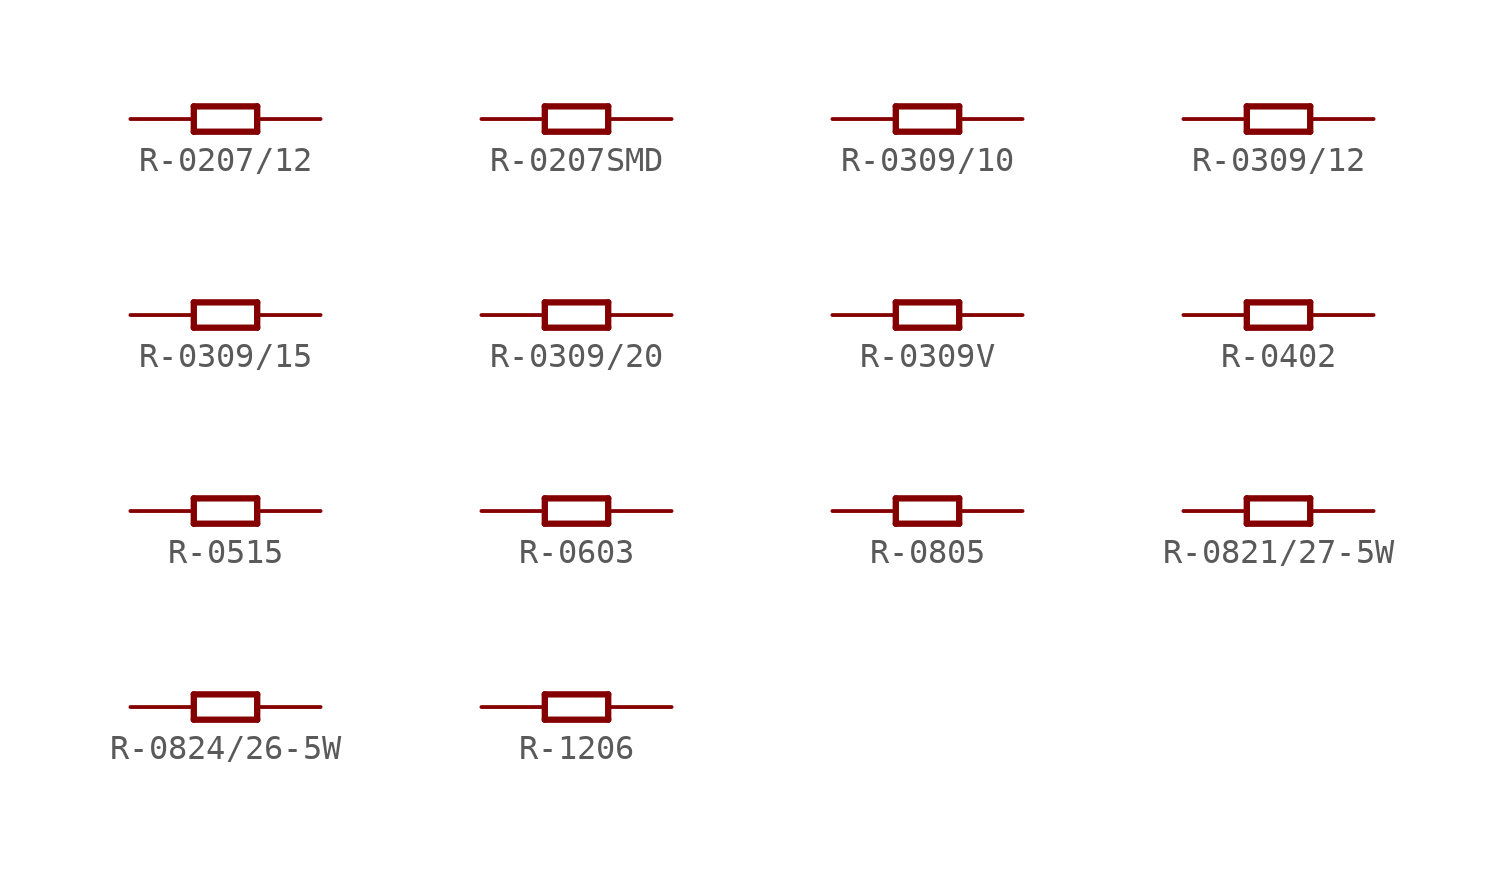
<source format=kicad_sym>
(kicad_symbol_lib
  (version 20231120)
  (generator "kicad_symbol_editor")
  (generator_version "8.0")
  (symbol "R-0207/12"
    (property "Reference" "R"
      (at -3.81 0 0)
      (effects (font (size 1.27 1.079)) (justify left bottom) (hide yes)))
    (property "ki_locked" ""
      (at 0 0 0)
      (effects (font (size 1.27 1.27))))
    (symbol "R-0207/12_1_0"
      (polyline (pts (xy -1.27 -0.508) (xy -1.27 0.508)) (stroke (width 0.254) (type solid)) (fill (type none)))
      (polyline (pts (xy -1.27 0.508) (xy 1.27 0.508)) (stroke (width 0.254) (type solid)) (fill (type none)))
      (polyline (pts (xy 1.27 -0.508) (xy -1.27 -0.508)) (stroke (width 0.254) (type solid)) (fill (type none)))
      (polyline (pts (xy 1.27 0.508) (xy 1.27 -0.508)) (stroke (width 0.254) (type solid)) (fill (type none)))
      (pin passive line (at -3.81 0 0) (length 2.54) (name "1" (effects (font (size 0 0)))) (number "1" (effects (font (size 0 0)))))
      (pin passive line (at 3.81 0 180) (length 2.54) (name "2" (effects (font (size 0 0)))) (number "2" (effects (font (size 0 0)))))))
  (symbol "R-0207SMD"
    (property "Reference" "R"
      (at -3.81 0 0)
      (effects (font (size 1.27 1.079)) (justify left bottom) (hide yes)))
    (property "ki_locked" ""
      (at 0 0 0)
      (effects (font (size 1.27 1.27))))
    (symbol "R-0207SMD_1_0"
      (polyline (pts (xy -1.27 -0.508) (xy -1.27 0.508)) (stroke (width 0.254) (type solid)) (fill (type none)))
      (polyline (pts (xy -1.27 0.508) (xy 1.27 0.508)) (stroke (width 0.254) (type solid)) (fill (type none)))
      (polyline (pts (xy 1.27 -0.508) (xy -1.27 -0.508)) (stroke (width 0.254) (type solid)) (fill (type none)))
      (polyline (pts (xy 1.27 0.508) (xy 1.27 -0.508)) (stroke (width 0.254) (type solid)) (fill (type none)))
      (pin passive line (at -3.81 0 0) (length 2.54) (name "1" (effects (font (size 0 0)))) (number "1" (effects (font (size 0 0)))))
      (pin passive line (at 3.81 0 180) (length 2.54) (name "2" (effects (font (size 0 0)))) (number "2" (effects (font (size 0 0)))))))
  (symbol "R-0309/10"
    (property "Reference" "R"
      (at -3.81 0 0)
      (effects (font (size 1.27 1.079)) (justify left bottom) (hide yes)))
    (property "ki_locked" ""
      (at 0 0 0)
      (effects (font (size 1.27 1.27))))
    (symbol "R-0309/10_1_0"
      (polyline (pts (xy -1.27 -0.508) (xy -1.27 0.508)) (stroke (width 0.254) (type solid)) (fill (type none)))
      (polyline (pts (xy -1.27 0.508) (xy 1.27 0.508)) (stroke (width 0.254) (type solid)) (fill (type none)))
      (polyline (pts (xy 1.27 -0.508) (xy -1.27 -0.508)) (stroke (width 0.254) (type solid)) (fill (type none)))
      (polyline (pts (xy 1.27 0.508) (xy 1.27 -0.508)) (stroke (width 0.254) (type solid)) (fill (type none)))
      (pin passive line (at -3.81 0 0) (length 2.54) (name "1" (effects (font (size 0 0)))) (number "1" (effects (font (size 0 0)))))
      (pin passive line (at 3.81 0 180) (length 2.54) (name "2" (effects (font (size 0 0)))) (number "2" (effects (font (size 0 0)))))))
  (symbol "R-0309/12"
    (property "Reference" "R"
      (at -3.81 0 0)
      (effects (font (size 1.27 1.079)) (justify left bottom) (hide yes)))
    (property "ki_locked" ""
      (at 0 0 0)
      (effects (font (size 1.27 1.27))))
    (symbol "R-0309/12_1_0"
      (polyline (pts (xy -1.27 -0.508) (xy -1.27 0.508)) (stroke (width 0.254) (type solid)) (fill (type none)))
      (polyline (pts (xy -1.27 0.508) (xy 1.27 0.508)) (stroke (width 0.254) (type solid)) (fill (type none)))
      (polyline (pts (xy 1.27 -0.508) (xy -1.27 -0.508)) (stroke (width 0.254) (type solid)) (fill (type none)))
      (polyline (pts (xy 1.27 0.508) (xy 1.27 -0.508)) (stroke (width 0.254) (type solid)) (fill (type none)))
      (pin passive line (at -3.81 0 0) (length 2.54) (name "1" (effects (font (size 0 0)))) (number "1" (effects (font (size 0 0)))))
      (pin passive line (at 3.81 0 180) (length 2.54) (name "2" (effects (font (size 0 0)))) (number "2" (effects (font (size 0 0)))))))
  (symbol "R-0309/15"
    (property "Reference" "R"
      (at -3.81 0 0)
      (effects (font (size 1.27 1.079)) (justify left bottom) (hide yes)))
    (property "ki_locked" ""
      (at 0 0 0)
      (effects (font (size 1.27 1.27))))
    (symbol "R-0309/15_1_0"
      (polyline (pts (xy -1.27 -0.508) (xy -1.27 0.508)) (stroke (width 0.254) (type solid)) (fill (type none)))
      (polyline (pts (xy -1.27 0.508) (xy 1.27 0.508)) (stroke (width 0.254) (type solid)) (fill (type none)))
      (polyline (pts (xy 1.27 -0.508) (xy -1.27 -0.508)) (stroke (width 0.254) (type solid)) (fill (type none)))
      (polyline (pts (xy 1.27 0.508) (xy 1.27 -0.508)) (stroke (width 0.254) (type solid)) (fill (type none)))
      (pin passive line (at -3.81 0 0) (length 2.54) (name "1" (effects (font (size 0 0)))) (number "1" (effects (font (size 0 0)))))
      (pin passive line (at 3.81 0 180) (length 2.54) (name "2" (effects (font (size 0 0)))) (number "2" (effects (font (size 0 0)))))))
  (symbol "R-0309/20"
    (property "Reference" "R"
      (at -3.81 0 0)
      (effects (font (size 1.27 1.079)) (justify left bottom) (hide yes)))
    (property "ki_locked" ""
      (at 0 0 0)
      (effects (font (size 1.27 1.27))))
    (symbol "R-0309/20_1_0"
      (polyline (pts (xy -1.27 -0.508) (xy -1.27 0.508)) (stroke (width 0.254) (type solid)) (fill (type none)))
      (polyline (pts (xy -1.27 0.508) (xy 1.27 0.508)) (stroke (width 0.254) (type solid)) (fill (type none)))
      (polyline (pts (xy 1.27 -0.508) (xy -1.27 -0.508)) (stroke (width 0.254) (type solid)) (fill (type none)))
      (polyline (pts (xy 1.27 0.508) (xy 1.27 -0.508)) (stroke (width 0.254) (type solid)) (fill (type none)))
      (pin passive line (at -3.81 0 0) (length 2.54) (name "1" (effects (font (size 0 0)))) (number "1" (effects (font (size 0 0)))))
      (pin passive line (at 3.81 0 180) (length 2.54) (name "2" (effects (font (size 0 0)))) (number "2" (effects (font (size 0 0)))))))
  (symbol "R-0309V"
    (property "Reference" "R"
      (at -3.81 0 0)
      (effects (font (size 1.27 1.079)) (justify left bottom) (hide yes)))
    (property "ki_locked" ""
      (at 0 0 0)
      (effects (font (size 1.27 1.27))))
    (symbol "R-0309V_1_0"
      (polyline (pts (xy -1.27 -0.508) (xy -1.27 0.508)) (stroke (width 0.254) (type solid)) (fill (type none)))
      (polyline (pts (xy -1.27 0.508) (xy 1.27 0.508)) (stroke (width 0.254) (type solid)) (fill (type none)))
      (polyline (pts (xy 1.27 -0.508) (xy -1.27 -0.508)) (stroke (width 0.254) (type solid)) (fill (type none)))
      (polyline (pts (xy 1.27 0.508) (xy 1.27 -0.508)) (stroke (width 0.254) (type solid)) (fill (type none)))
      (pin passive line (at -3.81 0 0) (length 2.54) (name "1" (effects (font (size 0 0)))) (number "1" (effects (font (size 0 0)))))
      (pin passive line (at 3.81 0 180) (length 2.54) (name "2" (effects (font (size 0 0)))) (number "2" (effects (font (size 0 0)))))))
  (symbol "R-0402"
    (property "Reference" "R"
      (at -3.81 0 0)
      (effects (font (size 1.27 1.079)) (justify left bottom) (hide yes)))
    (property "ki_locked" ""
      (at 0 0 0)
      (effects (font (size 1.27 1.27))))
    (symbol "R-0402_1_0"
      (polyline (pts (xy -1.27 -0.508) (xy -1.27 0.508)) (stroke (width 0.254) (type solid)) (fill (type none)))
      (polyline (pts (xy -1.27 0.508) (xy 1.27 0.508)) (stroke (width 0.254) (type solid)) (fill (type none)))
      (polyline (pts (xy 1.27 -0.508) (xy -1.27 -0.508)) (stroke (width 0.254) (type solid)) (fill (type none)))
      (polyline (pts (xy 1.27 0.508) (xy 1.27 -0.508)) (stroke (width 0.254) (type solid)) (fill (type none)))
      (pin passive line (at -3.81 0 0) (length 2.54) (name "1" (effects (font (size 0 0)))) (number "1" (effects (font (size 0 0)))))
      (pin passive line (at 3.81 0 180) (length 2.54) (name "2" (effects (font (size 0 0)))) (number "2" (effects (font (size 0 0)))))))
  (symbol "R-0515"
    (property "Reference" "R"
      (at -3.81 0 0)
      (effects (font (size 1.27 1.079)) (justify left bottom) (hide yes)))
    (property "ki_locked" ""
      (at 0 0 0)
      (effects (font (size 1.27 1.27))))
    (symbol "R-0515_1_0"
      (polyline (pts (xy -1.27 -0.508) (xy -1.27 0.508)) (stroke (width 0.254) (type solid)) (fill (type none)))
      (polyline (pts (xy -1.27 0.508) (xy 1.27 0.508)) (stroke (width 0.254) (type solid)) (fill (type none)))
      (polyline (pts (xy 1.27 -0.508) (xy -1.27 -0.508)) (stroke (width 0.254) (type solid)) (fill (type none)))
      (polyline (pts (xy 1.27 0.508) (xy 1.27 -0.508)) (stroke (width 0.254) (type solid)) (fill (type none)))
      (pin passive line (at -3.81 0 0) (length 2.54) (name "1" (effects (font (size 0 0)))) (number "P$1" (effects (font (size 0 0)))))
      (pin passive line (at 3.81 0 180) (length 2.54) (name "2" (effects (font (size 0 0)))) (number "P$2" (effects (font (size 0 0)))))))
  (symbol "R-0603"
    (property "Reference" "R"
      (at -3.81 0 0)
      (effects (font (size 1.27 1.079)) (justify left bottom) (hide yes)))
    (property "ki_locked" ""
      (at 0 0 0)
      (effects (font (size 1.27 1.27))))
    (symbol "R-0603_1_0"
      (polyline (pts (xy -1.27 -0.508) (xy -1.27 0.508)) (stroke (width 0.254) (type solid)) (fill (type none)))
      (polyline (pts (xy -1.27 0.508) (xy 1.27 0.508)) (stroke (width 0.254) (type solid)) (fill (type none)))
      (polyline (pts (xy 1.27 -0.508) (xy -1.27 -0.508)) (stroke (width 0.254) (type solid)) (fill (type none)))
      (polyline (pts (xy 1.27 0.508) (xy 1.27 -0.508)) (stroke (width 0.254) (type solid)) (fill (type none)))
      (pin passive line (at -3.81 0 0) (length 2.54) (name "1" (effects (font (size 0 0)))) (number "1" (effects (font (size 0 0)))))
      (pin passive line (at 3.81 0 180) (length 2.54) (name "2" (effects (font (size 0 0)))) (number "2" (effects (font (size 0 0)))))))
  (symbol "R-0805"
    (property "Reference" "R"
      (at -3.81 0 0)
      (effects (font (size 1.27 1.079)) (justify left bottom) (hide yes)))
    (property "ki_locked" ""
      (at 0 0 0)
      (effects (font (size 1.27 1.27))))
    (symbol "R-0805_1_0"
      (polyline (pts (xy -1.27 -0.508) (xy -1.27 0.508)) (stroke (width 0.254) (type solid)) (fill (type none)))
      (polyline (pts (xy -1.27 0.508) (xy 1.27 0.508)) (stroke (width 0.254) (type solid)) (fill (type none)))
      (polyline (pts (xy 1.27 -0.508) (xy -1.27 -0.508)) (stroke (width 0.254) (type solid)) (fill (type none)))
      (polyline (pts (xy 1.27 0.508) (xy 1.27 -0.508)) (stroke (width 0.254) (type solid)) (fill (type none)))
      (pin passive line (at -3.81 0 0) (length 2.54) (name "1" (effects (font (size 0 0)))) (number "1" (effects (font (size 0 0)))))
      (pin passive line (at 3.81 0 180) (length 2.54) (name "2" (effects (font (size 0 0)))) (number "2" (effects (font (size 0 0)))))))
  (symbol "R-0821/27-5W"
    (property "Reference" "R"
      (at -3.81 0 0)
      (effects (font (size 1.27 1.079)) (justify left bottom) (hide yes)))
    (property "ki_locked" ""
      (at 0 0 0)
      (effects (font (size 1.27 1.27))))
    (symbol "R-0821/27-5W_1_0"
      (polyline (pts (xy -1.27 -0.508) (xy -1.27 0.508)) (stroke (width 0.254) (type solid)) (fill (type none)))
      (polyline (pts (xy -1.27 0.508) (xy 1.27 0.508)) (stroke (width 0.254) (type solid)) (fill (type none)))
      (polyline (pts (xy 1.27 -0.508) (xy -1.27 -0.508)) (stroke (width 0.254) (type solid)) (fill (type none)))
      (polyline (pts (xy 1.27 0.508) (xy 1.27 -0.508)) (stroke (width 0.254) (type solid)) (fill (type none)))
      (pin passive line (at -3.81 0 0) (length 2.54) (name "1" (effects (font (size 0 0)))) (number "P$1" (effects (font (size 0 0)))))
      (pin passive line (at 3.81 0 180) (length 2.54) (name "2" (effects (font (size 0 0)))) (number "P$2" (effects (font (size 0 0)))))))
  (symbol "R-0824/26-5W"
    (property "Reference" "R"
      (at -3.81 0 0)
      (effects (font (size 1.27 1.079)) (justify left bottom) (hide yes)))
    (property "ki_locked" ""
      (at 0 0 0)
      (effects (font (size 1.27 1.27))))
    (symbol "R-0824/26-5W_1_0"
      (polyline (pts (xy -1.27 -0.508) (xy -1.27 0.508)) (stroke (width 0.254) (type solid)) (fill (type none)))
      (polyline (pts (xy -1.27 0.508) (xy 1.27 0.508)) (stroke (width 0.254) (type solid)) (fill (type none)))
      (polyline (pts (xy 1.27 -0.508) (xy -1.27 -0.508)) (stroke (width 0.254) (type solid)) (fill (type none)))
      (polyline (pts (xy 1.27 0.508) (xy 1.27 -0.508)) (stroke (width 0.254) (type solid)) (fill (type none)))
      (pin passive line (at -3.81 0 0) (length 2.54) (name "1" (effects (font (size 0 0)))) (number "1" (effects (font (size 0 0)))))
      (pin passive line (at 3.81 0 180) (length 2.54) (name "2" (effects (font (size 0 0)))) (number "2" (effects (font (size 0 0)))))))
  (symbol "R-1206"
    (property "Reference" "R"
      (at -3.81 0 0)
      (effects (font (size 1.27 1.079)) (justify left bottom) (hide yes)))
    (property "ki_locked" ""
      (at 0 0 0)
      (effects (font (size 1.27 1.27))))
    (symbol "R-1206_1_0"
      (polyline (pts (xy -1.27 -0.508) (xy -1.27 0.508)) (stroke (width 0.254) (type solid)) (fill (type none)))
      (polyline (pts (xy -1.27 0.508) (xy 1.27 0.508)) (stroke (width 0.254) (type solid)) (fill (type none)))
      (polyline (pts (xy 1.27 -0.508) (xy -1.27 -0.508)) (stroke (width 0.254) (type solid)) (fill (type none)))
      (polyline (pts (xy 1.27 0.508) (xy 1.27 -0.508)) (stroke (width 0.254) (type solid)) (fill (type none)))
      (pin passive line (at -3.81 0 0) (length 2.54) (name "1" (effects (font (size 0 0)))) (number "1" (effects (font (size 0 0)))))
      (pin passive line (at 3.81 0 180) (length 2.54) (name "2" (effects (font (size 0 0)))) (number "2" (effects (font (size 0 0))))))))
</source>
